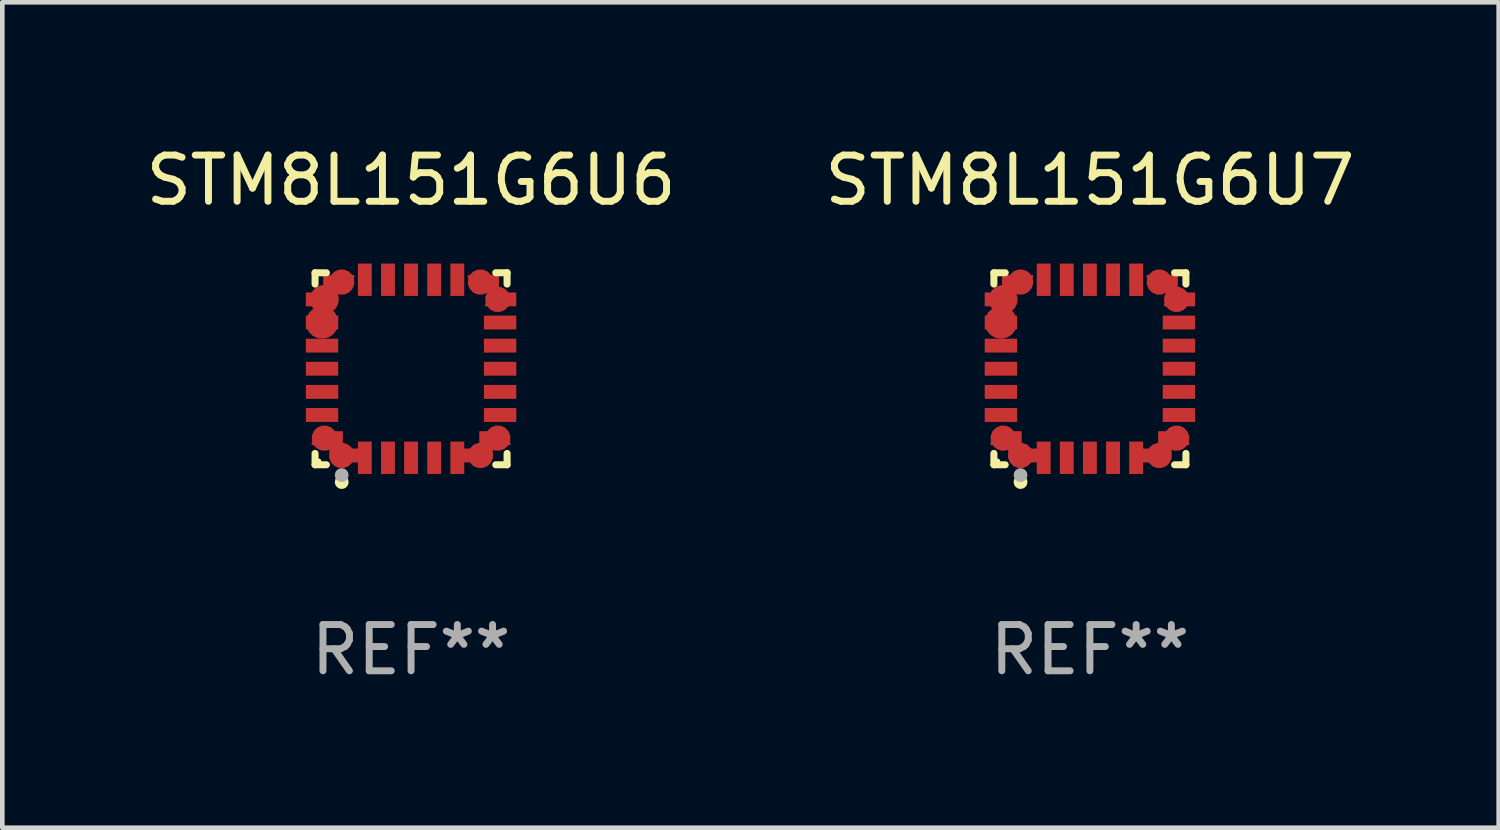
<source format=kicad_pcb>
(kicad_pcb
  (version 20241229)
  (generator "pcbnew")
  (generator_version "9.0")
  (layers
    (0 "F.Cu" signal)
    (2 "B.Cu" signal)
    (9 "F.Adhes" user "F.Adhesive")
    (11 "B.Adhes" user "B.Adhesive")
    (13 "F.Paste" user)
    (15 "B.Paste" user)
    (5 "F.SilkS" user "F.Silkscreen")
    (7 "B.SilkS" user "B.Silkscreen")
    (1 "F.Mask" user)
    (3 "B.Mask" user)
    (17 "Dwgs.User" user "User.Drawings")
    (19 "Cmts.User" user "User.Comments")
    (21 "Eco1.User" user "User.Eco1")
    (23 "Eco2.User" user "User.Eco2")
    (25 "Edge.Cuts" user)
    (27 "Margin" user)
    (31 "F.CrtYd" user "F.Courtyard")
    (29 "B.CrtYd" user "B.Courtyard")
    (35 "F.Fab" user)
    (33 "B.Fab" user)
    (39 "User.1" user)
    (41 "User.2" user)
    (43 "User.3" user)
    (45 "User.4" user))
  (footprint "STM8L151G6U7"
    (layer "F.Cu")
    (at 20.518 4.924)
    (property "Reference" "STM8L151G6U7" (at 0 -4.076 0) (layer "F.SilkS") (effects (font (size 1 1) (thickness 0.15))))
    (attr through_hole)
    (fp_line (start -2.076 -2.076) (end -1.831 -2.076) (stroke (width 0.152) (type solid)) (layer "F.SilkS"))
    (fp_line (start -2.076 -1.831) (end -2.076 -2.076) (stroke (width 0.152) (type solid)) (layer "F.SilkS"))
    (fp_line (start -2.076 1.831) (end -2.076 2.076) (stroke (width 0.152) (type solid)) (layer "F.SilkS"))
    (fp_line (start -2.076 2.076) (end -1.831 2.076) (stroke (width 0.152) (type solid)) (layer "F.SilkS"))
    (fp_line (start 2.076 -2.076) (end 1.831 -2.076) (stroke (width 0.152) (type solid)) (layer "F.SilkS"))
    (fp_line (start 2.076 -1.831) (end 2.076 -2.076) (stroke (width 0.152) (type solid)) (layer "F.SilkS"))
    (fp_line (start 2.076 1.831) (end 2.076 2.076) (stroke (width 0.152) (type solid)) (layer "F.SilkS"))
    (fp_line (start 2.076 2.076) (end 1.831 2.076) (stroke (width 0.152) (type solid)) (layer "F.SilkS"))
    (fp_circle (center -2 2) (end -1.97 2) (stroke (width 0.06) (type solid)) (fill no) (layer "F.SilkS"))
    (fp_circle (center -1.5 2.45) (end -1.425 2.45) (stroke (width 0.15) (type solid)) (fill no) (layer "F.SilkS"))
    (fp_circle (center -1.5 2.3) (end -1.425 2.3) (stroke (width 0.15) (type solid)) (fill no) (layer "F.Fab"))
    (fp_text user "REF**" (at 0 6.076 0) (layer "F.Fab") (effects (font (size 1 1) (thickness 0.15))))
    (pad "1" smd custom (at -1.5 1.875 90) (size 0.55 0.3) (layers "F.Cu" "F.Mask" "F.Paste") (options (anchor circle)) (primitives (gr_poly (pts (xy -0.15 -0.025) (xy -0.15 0.4) (xy 0.15 0.4) (xy 0.15 -0.275) (xy 0.1 -0.275)) (width 0) (fill yes))))
    (pad "2" smd rect (at -1 1.925) (size 0.3 0.7) (layers "F.Cu" "F.Mask" "F.Paste"))
    (pad "3" smd rect (at -0.5 1.925) (size 0.3 0.7) (layers "F.Cu" "F.Mask" "F.Paste"))
    (pad "4" smd rect (at 0 1.925) (size 0.3 0.7) (layers "F.Cu" "F.Mask" "F.Paste"))
    (pad "5" smd rect (at 0.5 1.925) (size 0.3 0.7) (layers "F.Cu" "F.Mask" "F.Paste"))
    (pad "6" smd rect (at 1 1.925) (size 0.3 0.7) (layers "F.Cu" "F.Mask" "F.Paste"))
    (pad "7" smd custom (at 1.5 1.875 270) (size 0.55 0.3) (layers "F.Cu" "F.Mask" "F.Paste") (options (anchor circle)) (primitives (gr_poly (pts (xy 0.15 -0.025) (xy 0.15 0.4) (xy -0.15 0.4) (xy -0.15 -0.275) (xy -0.1 -0.275)) (width 0) (fill yes))))
    (pad "8" smd custom (at 1.875 1.5 180) (size 0.55 0.3) (layers "F.Cu" "F.Mask" "F.Paste") (options (anchor circle)) (primitives (gr_poly (pts (xy -0.025 0.15) (xy 0.4 0.15) (xy 0.4 -0.15) (xy -0.275 -0.15) (xy -0.275 -0.1)) (width 0) (fill yes))))
    (pad "9" smd rect (at 1.925 1) (size 0.7 0.3) (layers "F.Cu" "F.Mask" "F.Paste"))
    (pad "10" smd rect (at 1.925 0.5) (size 0.7 0.3) (layers "F.Cu" "F.Mask" "F.Paste"))
    (pad "11" smd rect (at 1.925 0) (size 0.7 0.3) (layers "F.Cu" "F.Mask" "F.Paste"))
    (pad "12" smd rect (at 1.925 -0.5) (size 0.7 0.3) (layers "F.Cu" "F.Mask" "F.Paste"))
    (pad "13" smd rect (at 1.925 -1) (size 0.7 0.3) (layers "F.Cu" "F.Mask" "F.Paste"))
    (pad "14" smd custom (at 1.875 -1.5) (size 0.55 0.3) (layers "F.Cu" "F.Mask" "F.Paste") (options (anchor circle)) (primitives (gr_poly (pts (xy -0.025 -0.15) (xy 0.4 -0.15) (xy 0.4 0.15) (xy -0.275 0.15) (xy -0.275 0.1)) (width 0) (fill yes))))
    (pad "15" smd custom (at 1.5 -1.875 270) (size 0.55 0.3) (layers "F.Cu" "F.Mask" "F.Paste") (options (anchor circle)) (primitives (gr_poly (pts (xy 0.15 0.025) (xy 0.15 -0.4) (xy -0.15 -0.4) (xy -0.15 0.275) (xy -0.1 0.275)) (width 0) (fill yes))))
    (pad "16" smd rect (at 1 -1.925) (size 0.3 0.7) (layers "F.Cu" "F.Mask" "F.Paste"))
    (pad "17" smd rect (at 0.5 -1.925) (size 0.3 0.7) (layers "F.Cu" "F.Mask" "F.Paste"))
    (pad "18" smd rect (at 0 -1.925) (size 0.3 0.7) (layers "F.Cu" "F.Mask" "F.Paste"))
    (pad "19" smd rect (at -0.5 -1.925) (size 0.3 0.7) (layers "F.Cu" "F.Mask" "F.Paste"))
    (pad "20" smd rect (at -1 -1.925) (size 0.3 0.7) (layers "F.Cu" "F.Mask" "F.Paste"))
    (pad "21" smd custom (at -1.5 -1.875 90) (size 0.55 0.3) (layers "F.Cu" "F.Mask" "F.Paste") (options (anchor circle)) (primitives (gr_poly (pts (xy -0.15 0.025) (xy -0.15 -0.4) (xy 0.15 -0.4) (xy 0.15 0.275) (xy 0.1 0.275)) (width 0) (fill yes))))
    (pad "22" smd custom (at -1.875 -1.5) (size 0.625 0.3) (layers "F.Cu" "F.Mask" "F.Paste") (options (anchor circle)) (primitives (gr_poly (pts (xy 0.025 -0.15) (xy -0.4 -0.15) (xy -0.4 0.15) (xy 0.275 0.15) (xy 0.275 0.1)) (width 0) (fill yes))))
    (pad "23" smd custom (at -1.925 -1) (size 0.7 0.3) (layers "F.Cu" "F.Mask" "F.Paste") (options (anchor circle)) (primitives (gr_poly (pts (xy -0.35 -0.15) (xy 0.35 -0.15) (xy 0.35 0.15) (xy -0.35 0.15)) (width 0) (fill yes))))
    (pad "24" smd rect (at -1.925 -0.5) (size 0.7 0.3) (layers "F.Cu" "F.Mask" "F.Paste"))
    (pad "25" smd rect (at -1.925 0) (size 0.7 0.3) (layers "F.Cu" "F.Mask" "F.Paste"))
    (pad "26" smd rect (at -1.925 0.5) (size 0.7 0.3) (layers "F.Cu" "F.Mask" "F.Paste"))
    (pad "27" smd rect (at -1.925 1) (size 0.7 0.3) (layers "F.Cu" "F.Mask" "F.Paste"))
    (pad "28" smd custom (at -1.875 1.5 180) (size 0.55 0.3) (layers "F.Cu" "F.Mask" "F.Paste") (options (anchor circle)) (primitives (gr_poly (pts (xy 0.025 0.15) (xy -0.4 0.15) (xy -0.4 -0.15) (xy 0.275 -0.15) (xy 0.275 -0.1)) (width 0) (fill yes)))))
  (footprint "STM8L151G6U6"
    (layer "F.Cu")
    (at 5.839 4.924)
    (property "Reference" "STM8L151G6U6" (at 0 -4.076 0) (layer "F.SilkS") (effects (font (size 1 1) (thickness 0.15))))
    (attr through_hole)
    (fp_line (start -2.076 -2.076) (end -1.831 -2.076) (stroke (width 0.152) (type solid)) (layer "F.SilkS"))
    (fp_line (start -2.076 -1.831) (end -2.076 -2.076) (stroke (width 0.152) (type solid)) (layer "F.SilkS"))
    (fp_line (start -2.076 1.831) (end -2.076 2.076) (stroke (width 0.152) (type solid)) (layer "F.SilkS"))
    (fp_line (start -2.076 2.076) (end -1.831 2.076) (stroke (width 0.152) (type solid)) (layer "F.SilkS"))
    (fp_line (start 2.076 -2.076) (end 1.831 -2.076) (stroke (width 0.152) (type solid)) (layer "F.SilkS"))
    (fp_line (start 2.076 -1.831) (end 2.076 -2.076) (stroke (width 0.152) (type solid)) (layer "F.SilkS"))
    (fp_line (start 2.076 1.831) (end 2.076 2.076) (stroke (width 0.152) (type solid)) (layer "F.SilkS"))
    (fp_line (start 2.076 2.076) (end 1.831 2.076) (stroke (width 0.152) (type solid)) (layer "F.SilkS"))
    (fp_circle (center -2 2) (end -1.97 2) (stroke (width 0.06) (type solid)) (fill no) (layer "F.SilkS"))
    (fp_circle (center -1.5 2.45) (end -1.425 2.45) (stroke (width 0.15) (type solid)) (fill no) (layer "F.SilkS"))
    (fp_circle (center -1.5 2.3) (end -1.425 2.3) (stroke (width 0.15) (type solid)) (fill no) (layer "F.Fab"))
    (fp_text user "REF**" (at 0 6.076 0) (layer "F.Fab") (effects (font (size 1 1) (thickness 0.15))))
    (pad "1" smd custom (at -1.5 1.875 90) (size 0.55 0.3) (layers "F.Cu" "F.Mask" "F.Paste") (options (anchor circle)) (primitives (gr_poly (pts (xy -0.15 -0.025) (xy -0.15 0.4) (xy 0.15 0.4) (xy 0.15 -0.275) (xy 0.1 -0.275)) (width 0) (fill yes))))
    (pad "2" smd rect (at -1 1.925) (size 0.3 0.7) (layers "F.Cu" "F.Mask" "F.Paste"))
    (pad "3" smd rect (at -0.5 1.925) (size 0.3 0.7) (layers "F.Cu" "F.Mask" "F.Paste"))
    (pad "4" smd rect (at 0 1.925) (size 0.3 0.7) (layers "F.Cu" "F.Mask" "F.Paste"))
    (pad "5" smd rect (at 0.5 1.925) (size 0.3 0.7) (layers "F.Cu" "F.Mask" "F.Paste"))
    (pad "6" smd rect (at 1 1.925) (size 0.3 0.7) (layers "F.Cu" "F.Mask" "F.Paste"))
    (pad "7" smd custom (at 1.5 1.875 270) (size 0.55 0.3) (layers "F.Cu" "F.Mask" "F.Paste") (options (anchor circle)) (primitives (gr_poly (pts (xy 0.15 -0.025) (xy 0.15 0.4) (xy -0.15 0.4) (xy -0.15 -0.275) (xy -0.1 -0.275)) (width 0) (fill yes))))
    (pad "8" smd custom (at 1.875 1.5 180) (size 0.55 0.3) (layers "F.Cu" "F.Mask" "F.Paste") (options (anchor circle)) (primitives (gr_poly (pts (xy -0.025 0.15) (xy 0.4 0.15) (xy 0.4 -0.15) (xy -0.275 -0.15) (xy -0.275 -0.1)) (width 0) (fill yes))))
    (pad "9" smd rect (at 1.925 1) (size 0.7 0.3) (layers "F.Cu" "F.Mask" "F.Paste"))
    (pad "10" smd rect (at 1.925 0.5) (size 0.7 0.3) (layers "F.Cu" "F.Mask" "F.Paste"))
    (pad "11" smd rect (at 1.925 0) (size 0.7 0.3) (layers "F.Cu" "F.Mask" "F.Paste"))
    (pad "12" smd rect (at 1.925 -0.5) (size 0.7 0.3) (layers "F.Cu" "F.Mask" "F.Paste"))
    (pad "13" smd rect (at 1.925 -1) (size 0.7 0.3) (layers "F.Cu" "F.Mask" "F.Paste"))
    (pad "14" smd custom (at 1.875 -1.5) (size 0.55 0.3) (layers "F.Cu" "F.Mask" "F.Paste") (options (anchor circle)) (primitives (gr_poly (pts (xy -0.025 -0.15) (xy 0.4 -0.15) (xy 0.4 0.15) (xy -0.275 0.15) (xy -0.275 0.1)) (width 0) (fill yes))))
    (pad "15" smd custom (at 1.5 -1.875 270) (size 0.55 0.3) (layers "F.Cu" "F.Mask" "F.Paste") (options (anchor circle)) (primitives (gr_poly (pts (xy 0.15 0.025) (xy 0.15 -0.4) (xy -0.15 -0.4) (xy -0.15 0.275) (xy -0.1 0.275)) (width 0) (fill yes))))
    (pad "16" smd rect (at 1 -1.925) (size 0.3 0.7) (layers "F.Cu" "F.Mask" "F.Paste"))
    (pad "17" smd rect (at 0.5 -1.925) (size 0.3 0.7) (layers "F.Cu" "F.Mask" "F.Paste"))
    (pad "18" smd rect (at 0 -1.925) (size 0.3 0.7) (layers "F.Cu" "F.Mask" "F.Paste"))
    (pad "19" smd rect (at -0.5 -1.925) (size 0.3 0.7) (layers "F.Cu" "F.Mask" "F.Paste"))
    (pad "20" smd rect (at -1 -1.925) (size 0.3 0.7) (layers "F.Cu" "F.Mask" "F.Paste"))
    (pad "21" smd custom (at -1.5 -1.875 90) (size 0.55 0.3) (layers "F.Cu" "F.Mask" "F.Paste") (options (anchor circle)) (primitives (gr_poly (pts (xy -0.15 0.025) (xy -0.15 -0.4) (xy 0.15 -0.4) (xy 0.15 0.275) (xy 0.1 0.275)) (width 0) (fill yes))))
    (pad "22" smd custom (at -1.875 -1.5) (size 0.625 0.3) (layers "F.Cu" "F.Mask" "F.Paste") (options (anchor circle)) (primitives (gr_poly (pts (xy 0.025 -0.15) (xy -0.4 -0.15) (xy -0.4 0.15) (xy 0.275 0.15) (xy 0.275 0.1)) (width 0) (fill yes))))
    (pad "23" smd custom (at -1.925 -1) (size 0.7 0.3) (layers "F.Cu" "F.Mask" "F.Paste") (options (anchor circle)) (primitives (gr_poly (pts (xy -0.35 -0.15) (xy 0.35 -0.15) (xy 0.35 0.15) (xy -0.35 0.15)) (width 0) (fill yes))))
    (pad "24" smd rect (at -1.925 -0.5) (size 0.7 0.3) (layers "F.Cu" "F.Mask" "F.Paste"))
    (pad "25" smd rect (at -1.925 0) (size 0.7 0.3) (layers "F.Cu" "F.Mask" "F.Paste"))
    (pad "26" smd rect (at -1.925 0.5) (size 0.7 0.3) (layers "F.Cu" "F.Mask" "F.Paste"))
    (pad "27" smd rect (at -1.925 1) (size 0.7 0.3) (layers "F.Cu" "F.Mask" "F.Paste"))
    (pad "28" smd custom (at -1.875 1.5 180) (size 0.55 0.3) (layers "F.Cu" "F.Mask" "F.Paste") (options (anchor circle)) (primitives (gr_poly (pts (xy 0.025 0.15) (xy -0.4 0.15) (xy -0.4 -0.15) (xy 0.275 -0.15) (xy 0.275 -0.1)) (width 0) (fill yes)))))
  (gr_rect
    (start -3 -3)
    (end 29.357 14.849)
    (stroke (width 0.1) (type default))
    (fill no)
    (layer "Edge.Cuts")))
</source>
